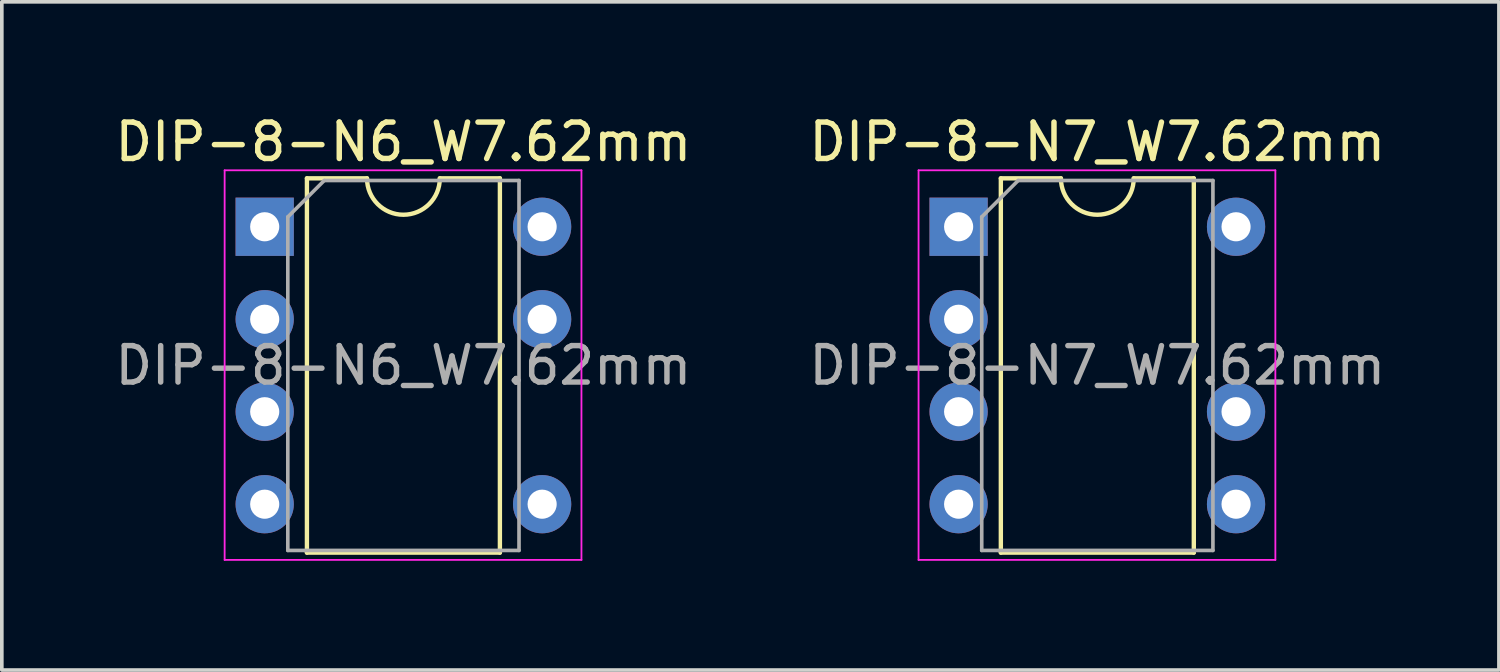
<source format=kicad_pcb>
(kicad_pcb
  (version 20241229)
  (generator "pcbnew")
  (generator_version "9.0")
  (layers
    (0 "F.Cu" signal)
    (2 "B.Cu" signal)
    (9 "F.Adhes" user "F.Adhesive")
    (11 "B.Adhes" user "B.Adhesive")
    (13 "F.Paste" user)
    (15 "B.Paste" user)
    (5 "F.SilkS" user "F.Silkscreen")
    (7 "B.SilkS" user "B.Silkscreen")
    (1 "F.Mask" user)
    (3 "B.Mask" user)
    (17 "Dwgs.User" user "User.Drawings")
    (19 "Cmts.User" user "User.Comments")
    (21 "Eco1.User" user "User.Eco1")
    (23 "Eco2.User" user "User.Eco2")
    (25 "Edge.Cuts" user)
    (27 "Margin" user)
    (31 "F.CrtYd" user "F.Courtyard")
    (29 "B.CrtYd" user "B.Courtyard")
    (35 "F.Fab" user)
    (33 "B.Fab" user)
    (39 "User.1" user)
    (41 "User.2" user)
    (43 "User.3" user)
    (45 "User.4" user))
  (footprint "DIP-8-N7_W7.62mm"
    (layer "F.Cu")
    (at 23.279 3.178)
    (property "Reference" "DIP-8-N7_W7.62mm" (at 3.81 -2.33 0) (layer "F.SilkS") (effects (font (size 1 1) (thickness 0.15))))
    (attr through_hole)
    (fp_line (start 1.16 -1.33) (end 1.16 8.95) (stroke (width 0.12) (type solid)) (layer "F.SilkS"))
    (fp_line (start 1.16 8.95) (end 6.46 8.95) (stroke (width 0.12) (type solid)) (layer "F.SilkS"))
    (fp_line (start 2.81 -1.33) (end 1.16 -1.33) (stroke (width 0.12) (type solid)) (layer "F.SilkS"))
    (fp_line (start 6.46 -1.33) (end 4.81 -1.33) (stroke (width 0.12) (type solid)) (layer "F.SilkS"))
    (fp_line (start 6.46 8.95) (end 6.46 -1.33) (stroke (width 0.12) (type solid)) (layer "F.SilkS"))
    (fp_arc (start 4.81 -1.33) (mid 3.81 -0.33) (end 2.81 -1.33) (stroke (width 0.12) (type solid)) (layer "F.SilkS"))
    (fp_line (start -1.1 -1.55) (end -1.1 9.15) (stroke (width 0.05) (type solid)) (layer "F.CrtYd"))
    (fp_line (start -1.1 9.15) (end 8.7 9.15) (stroke (width 0.05) (type solid)) (layer "F.CrtYd"))
    (fp_line (start 8.7 -1.55) (end -1.1 -1.55) (stroke (width 0.05) (type solid)) (layer "F.CrtYd"))
    (fp_line (start 8.7 9.15) (end 8.7 -1.55) (stroke (width 0.05) (type solid)) (layer "F.CrtYd"))
    (fp_line (start 0.635 -0.27) (end 1.635 -1.27) (stroke (width 0.1) (type solid)) (layer "F.Fab"))
    (fp_line (start 0.635 8.89) (end 0.635 -0.27) (stroke (width 0.1) (type solid)) (layer "F.Fab"))
    (fp_line (start 1.635 -1.27) (end 6.985 -1.27) (stroke (width 0.1) (type solid)) (layer "F.Fab"))
    (fp_line (start 6.985 -1.27) (end 6.985 8.89) (stroke (width 0.1) (type solid)) (layer "F.Fab"))
    (fp_line (start 6.985 8.89) (end 0.635 8.89) (stroke (width 0.1) (type solid)) (layer "F.Fab"))
    (fp_text user "${REFERENCE}" (at 3.81 3.81 0) (layer "F.Fab") (effects (font (size 1 1) (thickness 0.15))))
    (pad "1" thru_hole rect (at 0 0) (size 1.6 1.6) (drill 0.8) (layers "*.Cu" "*.Mask"))
    (pad "2" thru_hole oval (at 0 2.54) (size 1.6 1.6) (drill 0.8) (layers "*.Cu" "*.Mask"))
    (pad "3" thru_hole oval (at 0 5.08) (size 1.6 1.6) (drill 0.8) (layers "*.Cu" "*.Mask"))
    (pad "4" thru_hole oval (at 0 7.62) (size 1.6 1.6) (drill 0.8) (layers "*.Cu" "*.Mask"))
    (pad "5" thru_hole oval (at 7.62 7.62) (size 1.6 1.6) (drill 0.8) (layers "*.Cu" "*.Mask"))
    (pad "6" thru_hole oval (at 7.62 5.08) (size 1.6 1.6) (drill 0.8) (layers "*.Cu" "*.Mask"))
    (pad "8" thru_hole oval (at 7.62 0) (size 1.6 1.6) (drill 0.8) (layers "*.Cu" "*.Mask")))
  (footprint "DIP-8-N6_W7.62mm"
    (layer "F.Cu")
    (at 4.22 3.178)
    (property "Reference" "DIP-8-N6_W7.62mm" (at 3.81 -2.33 0) (layer "F.SilkS") (effects (font (size 1 1) (thickness 0.15))))
    (attr through_hole)
    (fp_line (start 1.16 -1.33) (end 1.16 8.95) (stroke (width 0.12) (type solid)) (layer "F.SilkS"))
    (fp_line (start 1.16 8.95) (end 6.46 8.95) (stroke (width 0.12) (type solid)) (layer "F.SilkS"))
    (fp_line (start 2.81 -1.33) (end 1.16 -1.33) (stroke (width 0.12) (type solid)) (layer "F.SilkS"))
    (fp_line (start 6.46 -1.33) (end 4.81 -1.33) (stroke (width 0.12) (type solid)) (layer "F.SilkS"))
    (fp_line (start 6.46 8.95) (end 6.46 -1.33) (stroke (width 0.12) (type solid)) (layer "F.SilkS"))
    (fp_arc (start 4.81 -1.33) (mid 3.81 -0.33) (end 2.81 -1.33) (stroke (width 0.12) (type solid)) (layer "F.SilkS"))
    (fp_line (start -1.1 -1.55) (end -1.1 9.15) (stroke (width 0.05) (type solid)) (layer "F.CrtYd"))
    (fp_line (start -1.1 9.15) (end 8.7 9.15) (stroke (width 0.05) (type solid)) (layer "F.CrtYd"))
    (fp_line (start 8.7 -1.55) (end -1.1 -1.55) (stroke (width 0.05) (type solid)) (layer "F.CrtYd"))
    (fp_line (start 8.7 9.15) (end 8.7 -1.55) (stroke (width 0.05) (type solid)) (layer "F.CrtYd"))
    (fp_line (start 0.635 -0.27) (end 1.635 -1.27) (stroke (width 0.1) (type solid)) (layer "F.Fab"))
    (fp_line (start 0.635 8.89) (end 0.635 -0.27) (stroke (width 0.1) (type solid)) (layer "F.Fab"))
    (fp_line (start 1.635 -1.27) (end 6.985 -1.27) (stroke (width 0.1) (type solid)) (layer "F.Fab"))
    (fp_line (start 6.985 -1.27) (end 6.985 8.89) (stroke (width 0.1) (type solid)) (layer "F.Fab"))
    (fp_line (start 6.985 8.89) (end 0.635 8.89) (stroke (width 0.1) (type solid)) (layer "F.Fab"))
    (fp_text user "${REFERENCE}" (at 3.81 3.81 0) (layer "F.Fab") (effects (font (size 1 1) (thickness 0.15))))
    (pad "1" thru_hole rect (at 0 0) (size 1.6 1.6) (drill 0.8) (layers "*.Cu" "*.Mask"))
    (pad "2" thru_hole oval (at 0 2.54) (size 1.6 1.6) (drill 0.8) (layers "*.Cu" "*.Mask"))
    (pad "3" thru_hole oval (at 0 5.08) (size 1.6 1.6) (drill 0.8) (layers "*.Cu" "*.Mask"))
    (pad "4" thru_hole oval (at 0 7.62) (size 1.6 1.6) (drill 0.8) (layers "*.Cu" "*.Mask"))
    (pad "5" thru_hole oval (at 7.62 7.62) (size 1.6 1.6) (drill 0.8) (layers "*.Cu" "*.Mask"))
    (pad "7" thru_hole oval (at 7.62 2.54) (size 1.6 1.6) (drill 0.8) (layers "*.Cu" "*.Mask"))
    (pad "8" thru_hole oval (at 7.62 0) (size 1.6 1.6) (drill 0.8) (layers "*.Cu" "*.Mask")))
  (gr_rect
    (start -3 -3)
    (end 38.119 15.353)
    (stroke (width 0.1) (type default))
    (fill no)
    (layer "Edge.Cuts")))
</source>
